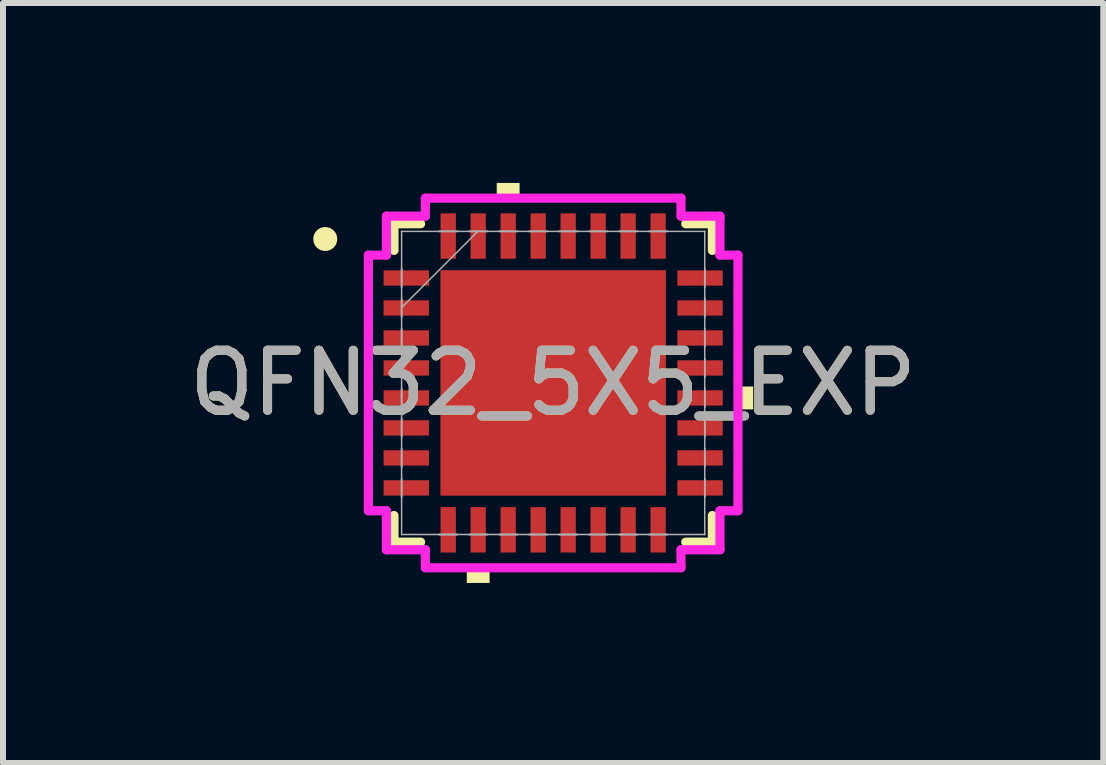
<source format=kicad_pcb>
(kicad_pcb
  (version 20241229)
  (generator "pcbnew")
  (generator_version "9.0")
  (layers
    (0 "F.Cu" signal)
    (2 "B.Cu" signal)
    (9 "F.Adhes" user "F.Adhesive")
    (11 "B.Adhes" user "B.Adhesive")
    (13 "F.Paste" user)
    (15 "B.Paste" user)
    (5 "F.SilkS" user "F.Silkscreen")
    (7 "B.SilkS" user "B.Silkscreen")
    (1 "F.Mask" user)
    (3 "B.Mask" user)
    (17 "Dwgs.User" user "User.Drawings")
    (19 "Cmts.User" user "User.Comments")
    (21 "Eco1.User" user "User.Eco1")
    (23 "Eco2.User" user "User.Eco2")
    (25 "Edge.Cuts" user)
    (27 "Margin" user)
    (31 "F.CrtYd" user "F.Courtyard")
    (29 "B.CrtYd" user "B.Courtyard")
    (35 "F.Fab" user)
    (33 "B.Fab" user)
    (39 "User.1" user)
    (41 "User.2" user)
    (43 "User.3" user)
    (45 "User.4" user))
  (footprint "QFN32_5X5_EXP"
    (layer "F.Cu")
    (at 6.173 3.335)
    (property "Reference" "QFN32_5X5_EXP" (at 0 0 0) (unlocked yes) (layer "F.SilkS") (effects (font (size 1 1) (thickness 0.15))))
    (attr smd)
    (fp_line (start -2.654 -2.654) (end -2.654 -2.21) (stroke (width 0.152) (type solid)) (layer "F.SilkS"))
    (fp_line (start -2.654 2.21) (end -2.654 2.654) (stroke (width 0.152) (type solid)) (layer "F.SilkS"))
    (fp_line (start -2.654 2.654) (end -2.21 2.654) (stroke (width 0.152) (type solid)) (layer "F.SilkS"))
    (fp_line (start -2.21 -2.654) (end -2.654 -2.654) (stroke (width 0.152) (type solid)) (layer "F.SilkS"))
    (fp_line (start 2.21 2.654) (end 2.654 2.654) (stroke (width 0.152) (type solid)) (layer "F.SilkS"))
    (fp_line (start 2.654 -2.654) (end 2.21 -2.654) (stroke (width 0.152) (type solid)) (layer "F.SilkS"))
    (fp_line (start 2.654 -2.21) (end 2.654 -2.654) (stroke (width 0.152) (type solid)) (layer "F.SilkS"))
    (fp_line (start 2.654 2.654) (end 2.654 2.21) (stroke (width 0.152) (type solid)) (layer "F.SilkS"))
    (fp_circle (center -3.8 -2.4) (end -3.7 -2.4) (stroke (width 0.2) (type default)) (fill no) (layer "F.SilkS"))
    (fp_poly (pts (xy -1.44 3.081) (xy -1.44 3.335) (xy -1.06 3.335) (xy -1.06 3.081)) (stroke (width 0) (type solid)) (fill yes) (layer "F.SilkS"))
    (fp_poly (pts (xy -0.941 -3.081) (xy -0.941 -3.335) (xy -0.56 -3.335) (xy -0.56 -3.081)) (stroke (width 0) (type solid)) (fill yes) (layer "F.SilkS"))
    (fp_poly (pts (xy 3.335 0.059) (xy 3.335 0.441) (xy 3.081 0.441) (xy 3.081 0.059)) (stroke (width 0) (type solid)) (fill yes) (layer "F.SilkS"))
    (fp_poly (pts (xy -1.78 -1.78) (xy -1.78 -0.1) (xy -0.1 -0.1) (xy -0.1 -1.78)) (stroke (width 0) (type solid)) (fill yes) (layer "F.Paste"))
    (fp_poly (pts (xy -1.78 0.1) (xy -1.78 1.78) (xy -0.1 1.78) (xy -0.1 0.1)) (stroke (width 0) (type solid)) (fill yes) (layer "F.Paste"))
    (fp_poly (pts (xy 0.1 -1.78) (xy 0.1 -0.1) (xy 1.78 -0.1) (xy 1.78 -1.78)) (stroke (width 0) (type solid)) (fill yes) (layer "F.Paste"))
    (fp_poly (pts (xy 0.1 0.1) (xy 0.1 1.78) (xy 1.78 1.78) (xy 1.78 0.1)) (stroke (width 0) (type solid)) (fill yes) (layer "F.Paste"))
    (fp_line (start -3.081 -2.131) (end -2.781 -2.131) (stroke (width 0.152) (type solid)) (layer "F.CrtYd"))
    (fp_line (start -3.081 2.131) (end -3.081 -2.131) (stroke (width 0.152) (type solid)) (layer "F.CrtYd"))
    (fp_line (start -2.781 -2.781) (end -2.131 -2.781) (stroke (width 0.152) (type solid)) (layer "F.CrtYd"))
    (fp_line (start -2.781 -2.131) (end -2.781 -2.781) (stroke (width 0.152) (type solid)) (layer "F.CrtYd"))
    (fp_line (start -2.781 2.131) (end -3.081 2.131) (stroke (width 0.152) (type solid)) (layer "F.CrtYd"))
    (fp_line (start -2.781 2.781) (end -2.781 2.131) (stroke (width 0.152) (type solid)) (layer "F.CrtYd"))
    (fp_line (start -2.131 -3.081) (end 2.131 -3.081) (stroke (width 0.152) (type solid)) (layer "F.CrtYd"))
    (fp_line (start -2.131 -2.781) (end -2.131 -3.081) (stroke (width 0.152) (type solid)) (layer "F.CrtYd"))
    (fp_line (start -2.131 2.781) (end -2.781 2.781) (stroke (width 0.152) (type solid)) (layer "F.CrtYd"))
    (fp_line (start -2.131 3.081) (end -2.131 2.781) (stroke (width 0.152) (type solid)) (layer "F.CrtYd"))
    (fp_line (start 2.131 -3.081) (end 2.131 -2.781) (stroke (width 0.152) (type solid)) (layer "F.CrtYd"))
    (fp_line (start 2.131 -2.781) (end 2.781 -2.781) (stroke (width 0.152) (type solid)) (layer "F.CrtYd"))
    (fp_line (start 2.131 2.781) (end 2.131 3.081) (stroke (width 0.152) (type solid)) (layer "F.CrtYd"))
    (fp_line (start 2.131 3.081) (end -2.131 3.081) (stroke (width 0.152) (type solid)) (layer "F.CrtYd"))
    (fp_line (start 2.781 -2.781) (end 2.781 -2.131) (stroke (width 0.152) (type solid)) (layer "F.CrtYd"))
    (fp_line (start 2.781 -2.131) (end 3.081 -2.131) (stroke (width 0.152) (type solid)) (layer "F.CrtYd"))
    (fp_line (start 2.781 2.131) (end 2.781 2.781) (stroke (width 0.152) (type solid)) (layer "F.CrtYd"))
    (fp_line (start 2.781 2.781) (end 2.131 2.781) (stroke (width 0.152) (type solid)) (layer "F.CrtYd"))
    (fp_line (start 3.081 -2.131) (end 3.081 2.131) (stroke (width 0.152) (type solid)) (layer "F.CrtYd"))
    (fp_line (start 3.081 2.131) (end 2.781 2.131) (stroke (width 0.152) (type solid)) (layer "F.CrtYd"))
    (fp_line (start -2.527 -2.527) (end -2.527 -2.527) (stroke (width 0.025) (type solid)) (layer "F.Fab"))
    (fp_line (start -2.527 -2.527) (end -2.527 2.527) (stroke (width 0.025) (type solid)) (layer "F.Fab"))
    (fp_line (start -2.527 -1.902) (end -2.527 -1.902) (stroke (width 0.025) (type solid)) (layer "F.Fab"))
    (fp_line (start -2.527 -1.902) (end -2.527 -1.598) (stroke (width 0.025) (type solid)) (layer "F.Fab"))
    (fp_line (start -2.527 -1.598) (end -2.527 -1.902) (stroke (width 0.025) (type solid)) (layer "F.Fab"))
    (fp_line (start -2.527 -1.598) (end -2.527 -1.598) (stroke (width 0.025) (type solid)) (layer "F.Fab"))
    (fp_line (start -2.527 -1.402) (end -2.527 -1.402) (stroke (width 0.025) (type solid)) (layer "F.Fab"))
    (fp_line (start -2.527 -1.402) (end -2.527 -1.098) (stroke (width 0.025) (type solid)) (layer "F.Fab"))
    (fp_line (start -2.527 -1.257) (end -1.257 -2.527) (stroke (width 0.025) (type solid)) (layer "F.Fab"))
    (fp_line (start -2.527 -1.098) (end -2.527 -1.402) (stroke (width 0.025) (type solid)) (layer "F.Fab"))
    (fp_line (start -2.527 -1.098) (end -2.527 -1.098) (stroke (width 0.025) (type solid)) (layer "F.Fab"))
    (fp_line (start -2.527 -0.902) (end -2.527 -0.902) (stroke (width 0.025) (type solid)) (layer "F.Fab"))
    (fp_line (start -2.527 -0.902) (end -2.527 -0.598) (stroke (width 0.025) (type solid)) (layer "F.Fab"))
    (fp_line (start -2.527 -0.598) (end -2.527 -0.902) (stroke (width 0.025) (type solid)) (layer "F.Fab"))
    (fp_line (start -2.527 -0.598) (end -2.527 -0.598) (stroke (width 0.025) (type solid)) (layer "F.Fab"))
    (fp_line (start -2.527 -0.402) (end -2.527 -0.402) (stroke (width 0.025) (type solid)) (layer "F.Fab"))
    (fp_line (start -2.527 -0.402) (end -2.527 -0.098) (stroke (width 0.025) (type solid)) (layer "F.Fab"))
    (fp_line (start -2.527 -0.098) (end -2.527 -0.402) (stroke (width 0.025) (type solid)) (layer "F.Fab"))
    (fp_line (start -2.527 -0.098) (end -2.527 -0.098) (stroke (width 0.025) (type solid)) (layer "F.Fab"))
    (fp_line (start -2.527 0.098) (end -2.527 0.098) (stroke (width 0.025) (type solid)) (layer "F.Fab"))
    (fp_line (start -2.527 0.098) (end -2.527 0.402) (stroke (width 0.025) (type solid)) (layer "F.Fab"))
    (fp_line (start -2.527 0.402) (end -2.527 0.098) (stroke (width 0.025) (type solid)) (layer "F.Fab"))
    (fp_line (start -2.527 0.402) (end -2.527 0.402) (stroke (width 0.025) (type solid)) (layer "F.Fab"))
    (fp_line (start -2.527 0.598) (end -2.527 0.598) (stroke (width 0.025) (type solid)) (layer "F.Fab"))
    (fp_line (start -2.527 0.598) (end -2.527 0.902) (stroke (width 0.025) (type solid)) (layer "F.Fab"))
    (fp_line (start -2.527 0.902) (end -2.527 0.598) (stroke (width 0.025) (type solid)) (layer "F.Fab"))
    (fp_line (start -2.527 0.902) (end -2.527 0.902) (stroke (width 0.025) (type solid)) (layer "F.Fab"))
    (fp_line (start -2.527 1.098) (end -2.527 1.098) (stroke (width 0.025) (type solid)) (layer "F.Fab"))
    (fp_line (start -2.527 1.098) (end -2.527 1.402) (stroke (width 0.025) (type solid)) (layer "F.Fab"))
    (fp_line (start -2.527 1.402) (end -2.527 1.098) (stroke (width 0.025) (type solid)) (layer "F.Fab"))
    (fp_line (start -2.527 1.402) (end -2.527 1.402) (stroke (width 0.025) (type solid)) (layer "F.Fab"))
    (fp_line (start -2.527 1.598) (end -2.527 1.598) (stroke (width 0.025) (type solid)) (layer "F.Fab"))
    (fp_line (start -2.527 1.598) (end -2.527 1.902) (stroke (width 0.025) (type solid)) (layer "F.Fab"))
    (fp_line (start -2.527 1.902) (end -2.527 1.598) (stroke (width 0.025) (type solid)) (layer "F.Fab"))
    (fp_line (start -2.527 1.902) (end -2.527 1.902) (stroke (width 0.025) (type solid)) (layer "F.Fab"))
    (fp_line (start -2.527 2.527) (end -2.527 2.527) (stroke (width 0.025) (type solid)) (layer "F.Fab"))
    (fp_line (start -2.527 2.527) (end 2.527 2.527) (stroke (width 0.025) (type solid)) (layer "F.Fab"))
    (fp_line (start -1.902 -2.527) (end -1.902 -2.527) (stroke (width 0.025) (type solid)) (layer "F.Fab"))
    (fp_line (start -1.902 -2.527) (end -1.598 -2.527) (stroke (width 0.025) (type solid)) (layer "F.Fab"))
    (fp_line (start -1.902 2.527) (end -1.902 2.527) (stroke (width 0.025) (type solid)) (layer "F.Fab"))
    (fp_line (start -1.902 2.527) (end -1.598 2.527) (stroke (width 0.025) (type solid)) (layer "F.Fab"))
    (fp_line (start -1.598 -2.527) (end -1.902 -2.527) (stroke (width 0.025) (type solid)) (layer "F.Fab"))
    (fp_line (start -1.598 -2.527) (end -1.598 -2.527) (stroke (width 0.025) (type solid)) (layer "F.Fab"))
    (fp_line (start -1.598 2.527) (end -1.902 2.527) (stroke (width 0.025) (type solid)) (layer "F.Fab"))
    (fp_line (start -1.598 2.527) (end -1.598 2.527) (stroke (width 0.025) (type solid)) (layer "F.Fab"))
    (fp_line (start -1.402 -2.527) (end -1.402 -2.527) (stroke (width 0.025) (type solid)) (layer "F.Fab"))
    (fp_line (start -1.402 -2.527) (end -1.098 -2.527) (stroke (width 0.025) (type solid)) (layer "F.Fab"))
    (fp_line (start -1.402 2.527) (end -1.402 2.527) (stroke (width 0.025) (type solid)) (layer "F.Fab"))
    (fp_line (start -1.402 2.527) (end -1.098 2.527) (stroke (width 0.025) (type solid)) (layer "F.Fab"))
    (fp_line (start -1.098 -2.527) (end -1.402 -2.527) (stroke (width 0.025) (type solid)) (layer "F.Fab"))
    (fp_line (start -1.098 -2.527) (end -1.098 -2.527) (stroke (width 0.025) (type solid)) (layer "F.Fab"))
    (fp_line (start -1.098 2.527) (end -1.402 2.527) (stroke (width 0.025) (type solid)) (layer "F.Fab"))
    (fp_line (start -1.098 2.527) (end -1.098 2.527) (stroke (width 0.025) (type solid)) (layer "F.Fab"))
    (fp_line (start -0.902 -2.527) (end -0.902 -2.527) (stroke (width 0.025) (type solid)) (layer "F.Fab"))
    (fp_line (start -0.902 -2.527) (end -0.598 -2.527) (stroke (width 0.025) (type solid)) (layer "F.Fab"))
    (fp_line (start -0.902 2.527) (end -0.902 2.527) (stroke (width 0.025) (type solid)) (layer "F.Fab"))
    (fp_line (start -0.902 2.527) (end -0.598 2.527) (stroke (width 0.025) (type solid)) (layer "F.Fab"))
    (fp_line (start -0.598 -2.527) (end -0.902 -2.527) (stroke (width 0.025) (type solid)) (layer "F.Fab"))
    (fp_line (start -0.598 -2.527) (end -0.598 -2.527) (stroke (width 0.025) (type solid)) (layer "F.Fab"))
    (fp_line (start -0.598 2.527) (end -0.902 2.527) (stroke (width 0.025) (type solid)) (layer "F.Fab"))
    (fp_line (start -0.598 2.527) (end -0.598 2.527) (stroke (width 0.025) (type solid)) (layer "F.Fab"))
    (fp_line (start -0.402 -2.527) (end -0.402 -2.527) (stroke (width 0.025) (type solid)) (layer "F.Fab"))
    (fp_line (start -0.402 -2.527) (end -0.098 -2.527) (stroke (width 0.025) (type solid)) (layer "F.Fab"))
    (fp_line (start -0.402 2.527) (end -0.402 2.527) (stroke (width 0.025) (type solid)) (layer "F.Fab"))
    (fp_line (start -0.402 2.527) (end -0.098 2.527) (stroke (width 0.025) (type solid)) (layer "F.Fab"))
    (fp_line (start -0.098 -2.527) (end -0.402 -2.527) (stroke (width 0.025) (type solid)) (layer "F.Fab"))
    (fp_line (start -0.098 -2.527) (end -0.098 -2.527) (stroke (width 0.025) (type solid)) (layer "F.Fab"))
    (fp_line (start -0.098 2.527) (end -0.402 2.527) (stroke (width 0.025) (type solid)) (layer "F.Fab"))
    (fp_line (start -0.098 2.527) (end -0.098 2.527) (stroke (width 0.025) (type solid)) (layer "F.Fab"))
    (fp_line (start 0.098 -2.527) (end 0.098 -2.527) (stroke (width 0.025) (type solid)) (layer "F.Fab"))
    (fp_line (start 0.098 -2.527) (end 0.402 -2.527) (stroke (width 0.025) (type solid)) (layer "F.Fab"))
    (fp_line (start 0.098 2.527) (end 0.098 2.527) (stroke (width 0.025) (type solid)) (layer "F.Fab"))
    (fp_line (start 0.098 2.527) (end 0.402 2.527) (stroke (width 0.025) (type solid)) (layer "F.Fab"))
    (fp_line (start 0.402 -2.527) (end 0.098 -2.527) (stroke (width 0.025) (type solid)) (layer "F.Fab"))
    (fp_line (start 0.402 -2.527) (end 0.402 -2.527) (stroke (width 0.025) (type solid)) (layer "F.Fab"))
    (fp_line (start 0.402 2.527) (end 0.098 2.527) (stroke (width 0.025) (type solid)) (layer "F.Fab"))
    (fp_line (start 0.402 2.527) (end 0.402 2.527) (stroke (width 0.025) (type solid)) (layer "F.Fab"))
    (fp_line (start 0.598 -2.527) (end 0.598 -2.527) (stroke (width 0.025) (type solid)) (layer "F.Fab"))
    (fp_line (start 0.598 -2.527) (end 0.902 -2.527) (stroke (width 0.025) (type solid)) (layer "F.Fab"))
    (fp_line (start 0.598 2.527) (end 0.598 2.527) (stroke (width 0.025) (type solid)) (layer "F.Fab"))
    (fp_line (start 0.598 2.527) (end 0.902 2.527) (stroke (width 0.025) (type solid)) (layer "F.Fab"))
    (fp_line (start 0.902 -2.527) (end 0.598 -2.527) (stroke (width 0.025) (type solid)) (layer "F.Fab"))
    (fp_line (start 0.902 -2.527) (end 0.902 -2.527) (stroke (width 0.025) (type solid)) (layer "F.Fab"))
    (fp_line (start 0.902 2.527) (end 0.598 2.527) (stroke (width 0.025) (type solid)) (layer "F.Fab"))
    (fp_line (start 0.902 2.527) (end 0.902 2.527) (stroke (width 0.025) (type solid)) (layer "F.Fab"))
    (fp_line (start 1.098 -2.527) (end 1.098 -2.527) (stroke (width 0.025) (type solid)) (layer "F.Fab"))
    (fp_line (start 1.098 -2.527) (end 1.402 -2.527) (stroke (width 0.025) (type solid)) (layer "F.Fab"))
    (fp_line (start 1.098 2.527) (end 1.098 2.527) (stroke (width 0.025) (type solid)) (layer "F.Fab"))
    (fp_line (start 1.098 2.527) (end 1.402 2.527) (stroke (width 0.025) (type solid)) (layer "F.Fab"))
    (fp_line (start 1.402 -2.527) (end 1.098 -2.527) (stroke (width 0.025) (type solid)) (layer "F.Fab"))
    (fp_line (start 1.402 -2.527) (end 1.402 -2.527) (stroke (width 0.025) (type solid)) (layer "F.Fab"))
    (fp_line (start 1.402 2.527) (end 1.098 2.527) (stroke (width 0.025) (type solid)) (layer "F.Fab"))
    (fp_line (start 1.402 2.527) (end 1.402 2.527) (stroke (width 0.025) (type solid)) (layer "F.Fab"))
    (fp_line (start 1.598 -2.527) (end 1.598 -2.527) (stroke (width 0.025) (type solid)) (layer "F.Fab"))
    (fp_line (start 1.598 -2.527) (end 1.902 -2.527) (stroke (width 0.025) (type solid)) (layer "F.Fab"))
    (fp_line (start 1.598 2.527) (end 1.598 2.527) (stroke (width 0.025) (type solid)) (layer "F.Fab"))
    (fp_line (start 1.598 2.527) (end 1.902 2.527) (stroke (width 0.025) (type solid)) (layer "F.Fab"))
    (fp_line (start 1.902 -2.527) (end 1.598 -2.527) (stroke (width 0.025) (type solid)) (layer "F.Fab"))
    (fp_line (start 1.902 -2.527) (end 1.902 -2.527) (stroke (width 0.025) (type solid)) (layer "F.Fab"))
    (fp_line (start 1.902 2.527) (end 1.598 2.527) (stroke (width 0.025) (type solid)) (layer "F.Fab"))
    (fp_line (start 1.902 2.527) (end 1.902 2.527) (stroke (width 0.025) (type solid)) (layer "F.Fab"))
    (fp_line (start 2.527 -2.527) (end -2.527 -2.527) (stroke (width 0.025) (type solid)) (layer "F.Fab"))
    (fp_line (start 2.527 -2.527) (end 2.527 -2.527) (stroke (width 0.025) (type solid)) (layer "F.Fab"))
    (fp_line (start 2.527 -1.902) (end 2.527 -1.902) (stroke (width 0.025) (type solid)) (layer "F.Fab"))
    (fp_line (start 2.527 -1.902) (end 2.527 -1.598) (stroke (width 0.025) (type solid)) (layer "F.Fab"))
    (fp_line (start 2.527 -1.598) (end 2.527 -1.902) (stroke (width 0.025) (type solid)) (layer "F.Fab"))
    (fp_line (start 2.527 -1.598) (end 2.527 -1.598) (stroke (width 0.025) (type solid)) (layer "F.Fab"))
    (fp_line (start 2.527 -1.402) (end 2.527 -1.402) (stroke (width 0.025) (type solid)) (layer "F.Fab"))
    (fp_line (start 2.527 -1.402) (end 2.527 -1.098) (stroke (width 0.025) (type solid)) (layer "F.Fab"))
    (fp_line (start 2.527 -1.098) (end 2.527 -1.402) (stroke (width 0.025) (type solid)) (layer "F.Fab"))
    (fp_line (start 2.527 -1.098) (end 2.527 -1.098) (stroke (width 0.025) (type solid)) (layer "F.Fab"))
    (fp_line (start 2.527 -0.902) (end 2.527 -0.902) (stroke (width 0.025) (type solid)) (layer "F.Fab"))
    (fp_line (start 2.527 -0.902) (end 2.527 -0.598) (stroke (width 0.025) (type solid)) (layer "F.Fab"))
    (fp_line (start 2.527 -0.598) (end 2.527 -0.902) (stroke (width 0.025) (type solid)) (layer "F.Fab"))
    (fp_line (start 2.527 -0.598) (end 2.527 -0.598) (stroke (width 0.025) (type solid)) (layer "F.Fab"))
    (fp_line (start 2.527 -0.402) (end 2.527 -0.402) (stroke (width 0.025) (type solid)) (layer "F.Fab"))
    (fp_line (start 2.527 -0.402) (end 2.527 -0.098) (stroke (width 0.025) (type solid)) (layer "F.Fab"))
    (fp_line (start 2.527 -0.098) (end 2.527 -0.402) (stroke (width 0.025) (type solid)) (layer "F.Fab"))
    (fp_line (start 2.527 -0.098) (end 2.527 -0.098) (stroke (width 0.025) (type solid)) (layer "F.Fab"))
    (fp_line (start 2.527 0.098) (end 2.527 0.098) (stroke (width 0.025) (type solid)) (layer "F.Fab"))
    (fp_line (start 2.527 0.098) (end 2.527 0.402) (stroke (width 0.025) (type solid)) (layer "F.Fab"))
    (fp_line (start 2.527 0.402) (end 2.527 0.098) (stroke (width 0.025) (type solid)) (layer "F.Fab"))
    (fp_line (start 2.527 0.402) (end 2.527 0.402) (stroke (width 0.025) (type solid)) (layer "F.Fab"))
    (fp_line (start 2.527 0.598) (end 2.527 0.598) (stroke (width 0.025) (type solid)) (layer "F.Fab"))
    (fp_line (start 2.527 0.598) (end 2.527 0.902) (stroke (width 0.025) (type solid)) (layer "F.Fab"))
    (fp_line (start 2.527 0.902) (end 2.527 0.598) (stroke (width 0.025) (type solid)) (layer "F.Fab"))
    (fp_line (start 2.527 0.902) (end 2.527 0.902) (stroke (width 0.025) (type solid)) (layer "F.Fab"))
    (fp_line (start 2.527 1.098) (end 2.527 1.098) (stroke (width 0.025) (type solid)) (layer "F.Fab"))
    (fp_line (start 2.527 1.098) (end 2.527 1.402) (stroke (width 0.025) (type solid)) (layer "F.Fab"))
    (fp_line (start 2.527 1.402) (end 2.527 1.098) (stroke (width 0.025) (type solid)) (layer "F.Fab"))
    (fp_line (start 2.527 1.402) (end 2.527 1.402) (stroke (width 0.025) (type solid)) (layer "F.Fab"))
    (fp_line (start 2.527 1.598) (end 2.527 1.598) (stroke (width 0.025) (type solid)) (layer "F.Fab"))
    (fp_line (start 2.527 1.598) (end 2.527 1.902) (stroke (width 0.025) (type solid)) (layer "F.Fab"))
    (fp_line (start 2.527 1.902) (end 2.527 1.598) (stroke (width 0.025) (type solid)) (layer "F.Fab"))
    (fp_line (start 2.527 1.902) (end 2.527 1.902) (stroke (width 0.025) (type solid)) (layer "F.Fab"))
    (fp_line (start 2.527 2.527) (end 2.527 -2.527) (stroke (width 0.025) (type solid)) (layer "F.Fab"))
    (fp_line (start 2.527 2.527) (end 2.527 2.527) (stroke (width 0.025) (type solid)) (layer "F.Fab"))
    (fp_text user "${REFERENCE}" (at 0 0 0) (unlocked yes) (layer "F.Fab") (effects (font (size 1 1) (thickness 0.15))))
    (pad "1" smd rect (at -2.449 -1.75 90) (size 0.255 0.757) (layers "F.Cu" "F.Mask" "F.Paste"))
    (pad "2" smd rect (at -2.449 -1.25 90) (size 0.255 0.757) (layers "F.Cu" "F.Mask" "F.Paste"))
    (pad "3" smd rect (at -2.449 -0.75 90) (size 0.255 0.757) (layers "F.Cu" "F.Mask" "F.Paste"))
    (pad "4" smd rect (at -2.449 -0.25 90) (size 0.255 0.757) (layers "F.Cu" "F.Mask" "F.Paste"))
    (pad "5" smd rect (at -2.449 0.25 90) (size 0.255 0.757) (layers "F.Cu" "F.Mask" "F.Paste"))
    (pad "6" smd rect (at -2.449 0.75 90) (size 0.255 0.757) (layers "F.Cu" "F.Mask" "F.Paste"))
    (pad "7" smd rect (at -2.449 1.25 90) (size 0.255 0.757) (layers "F.Cu" "F.Mask" "F.Paste"))
    (pad "8" smd rect (at -2.449 1.75 90) (size 0.255 0.757) (layers "F.Cu" "F.Mask" "F.Paste"))
    (pad "9" smd rect (at -1.75 2.449) (size 0.255 0.757) (layers "F.Cu" "F.Mask" "F.Paste"))
    (pad "10" smd rect (at -1.25 2.449) (size 0.255 0.757) (layers "F.Cu" "F.Mask" "F.Paste"))
    (pad "11" smd rect (at -0.75 2.449) (size 0.255 0.757) (layers "F.Cu" "F.Mask" "F.Paste"))
    (pad "12" smd rect (at -0.25 2.449) (size 0.255 0.757) (layers "F.Cu" "F.Mask" "F.Paste"))
    (pad "13" smd rect (at 0.25 2.449) (size 0.255 0.757) (layers "F.Cu" "F.Mask" "F.Paste"))
    (pad "14" smd rect (at 0.75 2.449) (size 0.255 0.757) (layers "F.Cu" "F.Mask" "F.Paste"))
    (pad "15" smd rect (at 1.25 2.449) (size 0.255 0.757) (layers "F.Cu" "F.Mask" "F.Paste"))
    (pad "16" smd rect (at 1.75 2.449) (size 0.255 0.757) (layers "F.Cu" "F.Mask" "F.Paste"))
    (pad "17" smd rect (at 2.449 1.75 90) (size 0.255 0.757) (layers "F.Cu" "F.Mask" "F.Paste"))
    (pad "18" smd rect (at 2.449 1.25 90) (size 0.255 0.757) (layers "F.Cu" "F.Mask" "F.Paste"))
    (pad "19" smd rect (at 2.449 0.75 90) (size 0.255 0.757) (layers "F.Cu" "F.Mask" "F.Paste"))
    (pad "20" smd rect (at 2.449 0.25 90) (size 0.255 0.757) (layers "F.Cu" "F.Mask" "F.Paste"))
    (pad "21" smd rect (at 2.449 -0.25 90) (size 0.255 0.757) (layers "F.Cu" "F.Mask" "F.Paste"))
    (pad "22" smd rect (at 2.449 -0.75 90) (size 0.255 0.757) (layers "F.Cu" "F.Mask" "F.Paste"))
    (pad "23" smd rect (at 2.449 -1.25 90) (size 0.255 0.757) (layers "F.Cu" "F.Mask" "F.Paste"))
    (pad "24" smd rect (at 2.449 -1.75 90) (size 0.255 0.757) (layers "F.Cu" "F.Mask" "F.Paste"))
    (pad "25" smd rect (at 1.75 -2.449) (size 0.255 0.757) (layers "F.Cu" "F.Mask" "F.Paste"))
    (pad "26" smd rect (at 1.25 -2.449) (size 0.255 0.757) (layers "F.Cu" "F.Mask" "F.Paste"))
    (pad "27" smd rect (at 0.75 -2.449) (size 0.255 0.757) (layers "F.Cu" "F.Mask" "F.Paste"))
    (pad "28" smd rect (at 0.25 -2.449) (size 0.255 0.757) (layers "F.Cu" "F.Mask" "F.Paste"))
    (pad "29" smd rect (at -0.25 -2.449) (size 0.255 0.757) (layers "F.Cu" "F.Mask" "F.Paste"))
    (pad "30" smd rect (at -0.75 -2.449) (size 0.255 0.757) (layers "F.Cu" "F.Mask" "F.Paste"))
    (pad "31" smd rect (at -1.25 -2.449) (size 0.255 0.757) (layers "F.Cu" "F.Mask" "F.Paste"))
    (pad "32" smd rect (at -1.75 -2.449) (size 0.255 0.757) (layers "F.Cu" "F.Mask" "F.Paste"))
    (pad "33" smd rect (at 0 0) (size 3.759 3.759) (layers "F.Cu" "F.Mask")))
  (gr_rect
    (start -3 -3)
    (end 15.345 9.671)
    (stroke (width 0.1) (type default))
    (fill no)
    (layer "Edge.Cuts")))
</source>
